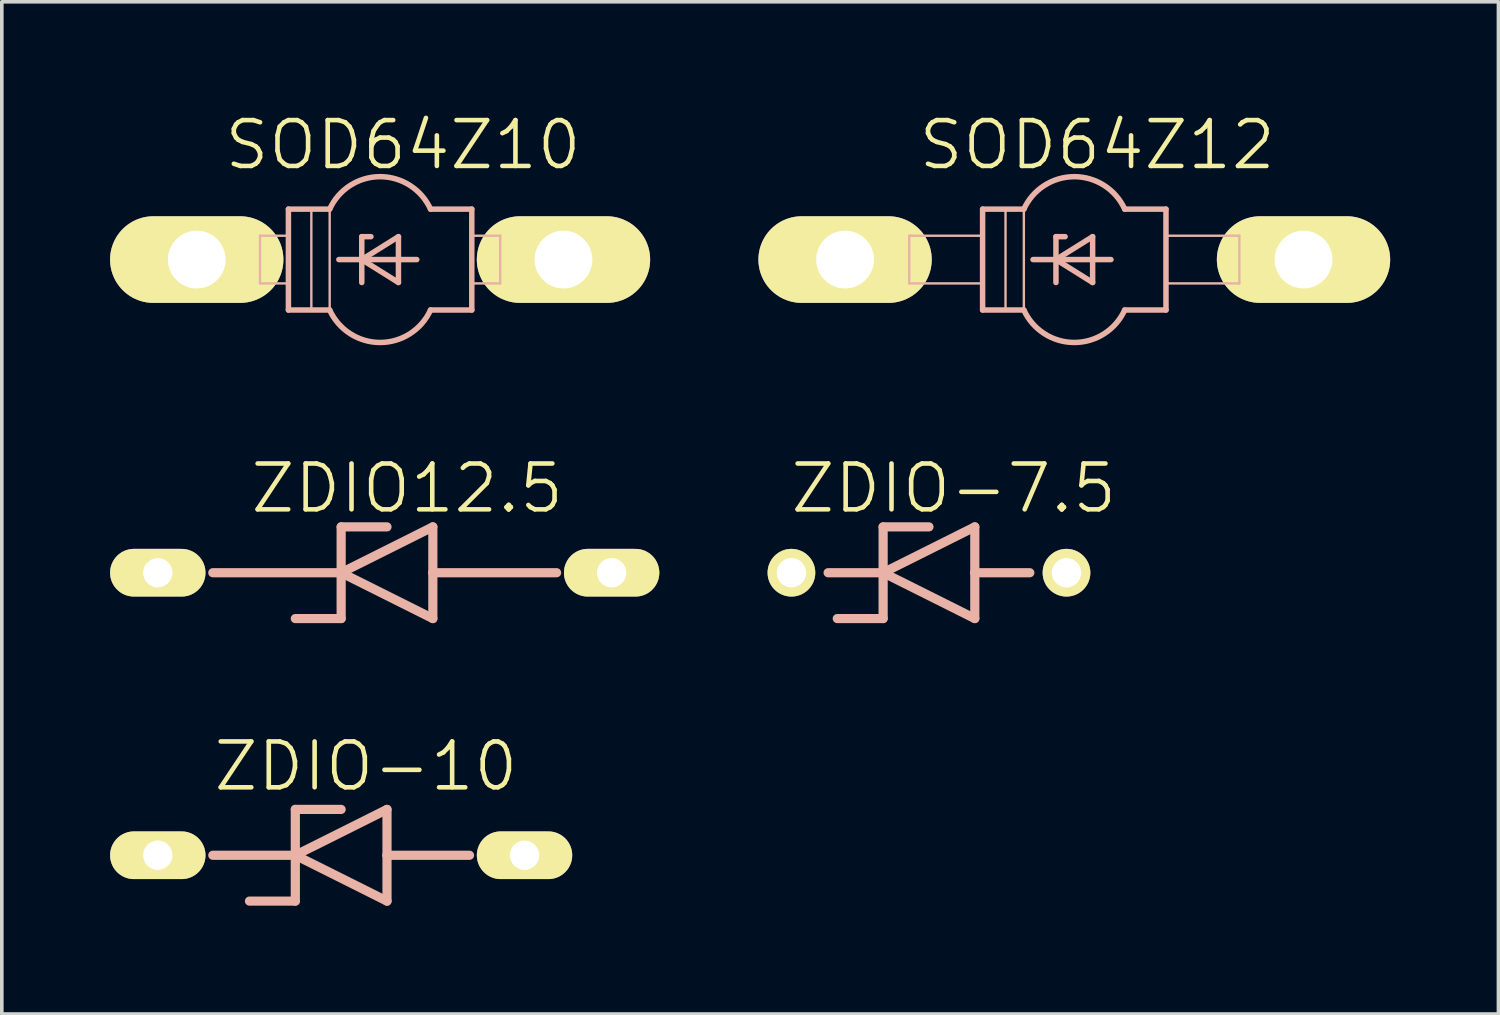
<source format=kicad_pcb>
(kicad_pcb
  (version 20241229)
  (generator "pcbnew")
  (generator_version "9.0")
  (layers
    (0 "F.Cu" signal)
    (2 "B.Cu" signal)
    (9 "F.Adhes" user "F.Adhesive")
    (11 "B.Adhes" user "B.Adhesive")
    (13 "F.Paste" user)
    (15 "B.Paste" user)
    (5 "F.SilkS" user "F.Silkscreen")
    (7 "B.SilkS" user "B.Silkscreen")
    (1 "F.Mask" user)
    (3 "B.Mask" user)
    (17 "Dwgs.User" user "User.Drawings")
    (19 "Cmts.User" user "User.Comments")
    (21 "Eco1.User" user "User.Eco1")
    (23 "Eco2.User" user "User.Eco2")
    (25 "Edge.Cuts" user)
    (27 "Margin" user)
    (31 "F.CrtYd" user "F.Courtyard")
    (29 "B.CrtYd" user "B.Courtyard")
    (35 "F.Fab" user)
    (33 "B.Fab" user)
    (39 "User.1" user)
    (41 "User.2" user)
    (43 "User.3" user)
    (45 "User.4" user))
  (footprint "ZDIO-10"
    (layer "F.Cu")
    (at 6.401 20.643)
    (property "Reference" "ZDIO-10" (at 0.686 -2.464 0) (layer "F.SilkS") (effects (font (size 1.27 1.27) (thickness 0.127))))
    (attr exclude_from_pos_files exclude_from_bom)
    (fp_line (start -3.556 0) (end -1.27 0) (stroke (width 0.254) (type solid)) (layer "B.SilkS"))
    (fp_line (start -1.27 -1.27) (end -1.27 0) (stroke (width 0.254) (type solid)) (layer "B.SilkS"))
    (fp_line (start -1.27 0) (end -1.27 1.27) (stroke (width 0.254) (type solid)) (layer "B.SilkS"))
    (fp_line (start -1.27 0) (end 1.27 -1.27) (stroke (width 0.254) (type solid)) (layer "B.SilkS"))
    (fp_line (start -1.27 1.27) (end -2.54 1.27) (stroke (width 0.254) (type solid)) (layer "B.SilkS"))
    (fp_line (start 0 -1.27) (end -1.27 -1.27) (stroke (width 0.254) (type solid)) (layer "B.SilkS"))
    (fp_line (start 1.27 -1.27) (end 1.27 0) (stroke (width 0.254) (type solid)) (layer "B.SilkS"))
    (fp_line (start 1.27 0) (end 1.27 1.27) (stroke (width 0.254) (type solid)) (layer "B.SilkS"))
    (fp_line (start 1.27 0) (end 3.556 0) (stroke (width 0.254) (type solid)) (layer "B.SilkS"))
    (fp_line (start 1.27 1.27) (end -1.27 0) (stroke (width 0.254) (type solid)) (layer "B.SilkS"))
    (pad "A" thru_hole oval (at 5.08 0 90) (size 1.321 2.642) (drill 0.813) (layers "*.Cu" "F.Mask" "F.SilkS" "F.Paste"))
    (pad "C" thru_hole oval (at -5.08 0 90) (size 1.321 2.642) (drill 0.813) (layers "*.Cu" "F.Mask" "F.SilkS" "F.Paste")))
  (footprint "ZDIO12.5"
    (layer "F.Cu")
    (at 7.671 12.816)
    (property "Reference" "ZDIO12.5" (at 0.559 -2.337 0) (layer "F.SilkS") (effects (font (size 1.27 1.27) (thickness 0.127))))
    (attr exclude_from_pos_files exclude_from_bom)
    (fp_line (start -4.826 0) (end -1.27 0) (stroke (width 0.254) (type solid)) (layer "B.SilkS"))
    (fp_line (start -1.27 -1.27) (end -1.27 0) (stroke (width 0.254) (type solid)) (layer "B.SilkS"))
    (fp_line (start -1.27 0) (end -1.27 1.27) (stroke (width 0.254) (type solid)) (layer "B.SilkS"))
    (fp_line (start -1.27 0) (end 1.27 -1.27) (stroke (width 0.254) (type solid)) (layer "B.SilkS"))
    (fp_line (start -1.27 1.27) (end -2.54 1.27) (stroke (width 0.254) (type solid)) (layer "B.SilkS"))
    (fp_line (start 0 -1.27) (end -1.27 -1.27) (stroke (width 0.254) (type solid)) (layer "B.SilkS"))
    (fp_line (start 1.27 -1.27) (end 1.27 0) (stroke (width 0.254) (type solid)) (layer "B.SilkS"))
    (fp_line (start 1.27 0) (end 1.27 1.27) (stroke (width 0.254) (type solid)) (layer "B.SilkS"))
    (fp_line (start 1.27 0) (end 4.699 0) (stroke (width 0.254) (type solid)) (layer "B.SilkS"))
    (fp_line (start 1.27 1.27) (end -1.27 0) (stroke (width 0.254) (type solid)) (layer "B.SilkS"))
    (pad "A" thru_hole oval (at 6.223 0 90) (size 1.321 2.642) (drill 0.813) (layers "*.Cu" "F.Mask" "F.SilkS" "F.Paste"))
    (pad "C" thru_hole oval (at -6.35 0 90) (size 1.321 2.642) (drill 0.813) (layers "*.Cu" "F.Mask" "F.SilkS" "F.Paste")))
  (footprint "SOD64Z12"
    (layer "F.Cu")
    (at 26.711 4.141)
    (property "Reference" "SOD64Z12" (at 0.635 -3.175 0) (layer "F.SilkS") (effects (font (size 1.27 1.27) (thickness 0.127))))
    (attr exclude_from_pos_files exclude_from_bom)
    (fp_line (start -6.35 0) (end -4.826 0) (stroke (width 1.372) (type solid)) (layer "F.SilkS"))
    (fp_line (start 6.35 0) (end 4.826 0) (stroke (width 1.372) (type solid)) (layer "F.SilkS"))
    (fp_line (start -4.572 -0.66) (end -2.54 -0.66) (stroke (width 0.066) (type solid)) (layer "B.SilkS"))
    (fp_line (start -4.572 0.66) (end -4.572 -0.66) (stroke (width 0.066) (type solid)) (layer "B.SilkS"))
    (fp_line (start -4.572 0.66) (end -2.54 0.66) (stroke (width 0.066) (type solid)) (layer "B.SilkS"))
    (fp_line (start -2.54 -1.397) (end -2.54 1.397) (stroke (width 0.152) (type solid)) (layer "B.SilkS"))
    (fp_line (start -2.54 -1.397) (end -1.397 -1.397) (stroke (width 0.152) (type solid)) (layer "B.SilkS"))
    (fp_line (start -2.54 0.66) (end -2.54 -0.66) (stroke (width 0.066) (type solid)) (layer "B.SilkS"))
    (fp_line (start -2.54 1.397) (end -1.397 1.397) (stroke (width 0.152) (type solid)) (layer "B.SilkS"))
    (fp_line (start -1.905 -1.397) (end -1.397 -1.397) (stroke (width 0.066) (type solid)) (layer "B.SilkS"))
    (fp_line (start -1.905 1.397) (end -1.905 -1.397) (stroke (width 0.066) (type solid)) (layer "B.SilkS"))
    (fp_line (start -1.905 1.397) (end -1.397 1.397) (stroke (width 0.066) (type solid)) (layer "B.SilkS"))
    (fp_line (start -1.397 1.397) (end -1.397 -1.397) (stroke (width 0.066) (type solid)) (layer "B.SilkS"))
    (fp_line (start -1.143 0) (end -0.508 0) (stroke (width 0.152) (type solid)) (layer "B.SilkS"))
    (fp_line (start -0.508 -0.635) (end -0.508 0) (stroke (width 0.152) (type solid)) (layer "B.SilkS"))
    (fp_line (start -0.508 0) (end -0.508 0.635) (stroke (width 0.152) (type solid)) (layer "B.SilkS"))
    (fp_line (start -0.508 0) (end 0.508 -0.635) (stroke (width 0.152) (type solid)) (layer "B.SilkS"))
    (fp_line (start -0.508 0) (end 1.016 0) (stroke (width 0.152) (type solid)) (layer "B.SilkS"))
    (fp_line (start -0.254 -0.635) (end -0.508 -0.635) (stroke (width 0.152) (type solid)) (layer "B.SilkS"))
    (fp_line (start 0.508 -0.635) (end 0.508 0.635) (stroke (width 0.152) (type solid)) (layer "B.SilkS"))
    (fp_line (start 0.508 0.635) (end -0.508 0) (stroke (width 0.152) (type solid)) (layer "B.SilkS"))
    (fp_line (start 1.397 1.397) (end 2.54 1.397) (stroke (width 0.152) (type solid)) (layer "B.SilkS"))
    (fp_line (start 2.54 -1.397) (end 1.397 -1.397) (stroke (width 0.152) (type solid)) (layer "B.SilkS"))
    (fp_line (start 2.54 -0.66) (end 4.572 -0.66) (stroke (width 0.066) (type solid)) (layer "B.SilkS"))
    (fp_line (start 2.54 0.66) (end 2.54 -0.66) (stroke (width 0.066) (type solid)) (layer "B.SilkS"))
    (fp_line (start 2.54 0.66) (end 4.572 0.66) (stroke (width 0.066) (type solid)) (layer "B.SilkS"))
    (fp_line (start 2.54 1.397) (end 2.54 -1.397) (stroke (width 0.152) (type solid)) (layer "B.SilkS"))
    (fp_line (start 4.572 0.66) (end 4.572 -0.66) (stroke (width 0.066) (type solid)) (layer "B.SilkS"))
    (fp_arc (start -1.397 -1.397) (mid -0.000162 -2.296547) (end 1.396866 -1.397295) (stroke (width 0.1524) (type solid)) (layer "B.SilkS"))
    (fp_arc (start 1.397 1.397) (mid 0.000162 2.296547) (end -1.396866 1.397295) (stroke (width 0.1524) (type solid)) (layer "B.SilkS"))
    (pad "A" thru_hole oval (at 6.35 0 90) (size 2.4 4.801) (drill 1.6) (layers "*.Cu" "F.Mask" "F.SilkS" "F.Paste"))
    (pad "C" thru_hole oval (at -6.35 0 90) (size 2.4 4.801) (drill 1.6) (layers "*.Cu" "F.Mask" "F.SilkS" "F.Paste")))
  (footprint "SOD64Z10"
    (layer "F.Cu")
    (at 7.48 4.141)
    (property "Reference" "SOD64Z10" (at 0.635 -3.175 0) (layer "F.SilkS") (effects (font (size 1.27 1.27) (thickness 0.127))))
    (attr exclude_from_pos_files exclude_from_bom)
    (fp_line (start -5.08 0) (end -3.556 0) (stroke (width 1.372) (type solid)) (layer "F.SilkS"))
    (fp_line (start 5.08 0) (end 3.556 0) (stroke (width 1.372) (type solid)) (layer "F.SilkS"))
    (fp_line (start -3.327 -0.66) (end -2.54 -0.66) (stroke (width 0.066) (type solid)) (layer "B.SilkS"))
    (fp_line (start -3.327 0.66) (end -3.327 -0.66) (stroke (width 0.066) (type solid)) (layer "B.SilkS"))
    (fp_line (start -3.327 0.66) (end -2.54 0.66) (stroke (width 0.066) (type solid)) (layer "B.SilkS"))
    (fp_line (start -2.54 -1.397) (end -2.54 1.397) (stroke (width 0.152) (type solid)) (layer "B.SilkS"))
    (fp_line (start -2.54 -1.397) (end -1.397 -1.397) (stroke (width 0.152) (type solid)) (layer "B.SilkS"))
    (fp_line (start -2.54 0.66) (end -2.54 -0.66) (stroke (width 0.066) (type solid)) (layer "B.SilkS"))
    (fp_line (start -2.54 1.397) (end -1.397 1.397) (stroke (width 0.152) (type solid)) (layer "B.SilkS"))
    (fp_line (start -1.905 -1.397) (end -1.397 -1.397) (stroke (width 0.066) (type solid)) (layer "B.SilkS"))
    (fp_line (start -1.905 1.397) (end -1.905 -1.397) (stroke (width 0.066) (type solid)) (layer "B.SilkS"))
    (fp_line (start -1.905 1.397) (end -1.397 1.397) (stroke (width 0.066) (type solid)) (layer "B.SilkS"))
    (fp_line (start -1.397 1.397) (end -1.397 -1.397) (stroke (width 0.066) (type solid)) (layer "B.SilkS"))
    (fp_line (start -1.143 0) (end -0.508 0) (stroke (width 0.152) (type solid)) (layer "B.SilkS"))
    (fp_line (start -0.508 -0.635) (end -0.508 0) (stroke (width 0.152) (type solid)) (layer "B.SilkS"))
    (fp_line (start -0.508 0) (end -0.508 0.635) (stroke (width 0.152) (type solid)) (layer "B.SilkS"))
    (fp_line (start -0.508 0) (end 0.508 -0.635) (stroke (width 0.152) (type solid)) (layer "B.SilkS"))
    (fp_line (start -0.508 0) (end 1.016 0) (stroke (width 0.152) (type solid)) (layer "B.SilkS"))
    (fp_line (start -0.254 -0.635) (end -0.508 -0.635) (stroke (width 0.152) (type solid)) (layer "B.SilkS"))
    (fp_line (start 0.508 -0.635) (end 0.508 0.635) (stroke (width 0.152) (type solid)) (layer "B.SilkS"))
    (fp_line (start 0.508 0.635) (end -0.508 0) (stroke (width 0.152) (type solid)) (layer "B.SilkS"))
    (fp_line (start 1.397 1.397) (end 2.54 1.397) (stroke (width 0.152) (type solid)) (layer "B.SilkS"))
    (fp_line (start 2.54 -1.397) (end 1.397 -1.397) (stroke (width 0.152) (type solid)) (layer "B.SilkS"))
    (fp_line (start 2.54 -0.66) (end 3.327 -0.66) (stroke (width 0.066) (type solid)) (layer "B.SilkS"))
    (fp_line (start 2.54 0.66) (end 2.54 -0.66) (stroke (width 0.066) (type solid)) (layer "B.SilkS"))
    (fp_line (start 2.54 0.66) (end 3.327 0.66) (stroke (width 0.066) (type solid)) (layer "B.SilkS"))
    (fp_line (start 2.54 1.397) (end 2.54 -1.397) (stroke (width 0.152) (type solid)) (layer "B.SilkS"))
    (fp_line (start 3.327 0.66) (end 3.327 -0.66) (stroke (width 0.066) (type solid)) (layer "B.SilkS"))
    (fp_arc (start -1.397 -1.397) (mid -0.000162 -2.296547) (end 1.396866 -1.397295) (stroke (width 0.1524) (type solid)) (layer "B.SilkS"))
    (fp_arc (start 1.397 1.397) (mid 0.000162 2.296547) (end -1.396866 1.397295) (stroke (width 0.1524) (type solid)) (layer "B.SilkS"))
    (pad "A" thru_hole oval (at 5.08 0 90) (size 2.4 4.801) (drill 1.6) (layers "*.Cu" "F.Mask" "F.SilkS" "F.Paste"))
    (pad "C" thru_hole oval (at -5.08 0 90) (size 2.4 4.801) (drill 1.6) (layers "*.Cu" "F.Mask" "F.SilkS" "F.Paste")))
  (footprint "ZDIO-7.5"
    (layer "F.Cu")
    (at 22.685 12.816)
    (property "Reference" "ZDIO-7.5" (at 0.686 -2.337 0) (layer "F.SilkS") (effects (font (size 1.27 1.27) (thickness 0.127))))
    (attr exclude_from_pos_files exclude_from_bom)
    (fp_line (start -2.794 0) (end -1.27 0) (stroke (width 0.254) (type solid)) (layer "B.SilkS"))
    (fp_line (start -1.27 -1.27) (end -1.27 0) (stroke (width 0.254) (type solid)) (layer "B.SilkS"))
    (fp_line (start -1.27 0) (end -1.27 1.27) (stroke (width 0.254) (type solid)) (layer "B.SilkS"))
    (fp_line (start -1.27 0) (end 1.27 -1.27) (stroke (width 0.254) (type solid)) (layer "B.SilkS"))
    (fp_line (start -1.27 1.27) (end -2.54 1.27) (stroke (width 0.254) (type solid)) (layer "B.SilkS"))
    (fp_line (start 0 -1.27) (end -1.27 -1.27) (stroke (width 0.254) (type solid)) (layer "B.SilkS"))
    (fp_line (start 1.27 -1.27) (end 1.27 0) (stroke (width 0.254) (type solid)) (layer "B.SilkS"))
    (fp_line (start 1.27 0) (end 1.27 1.27) (stroke (width 0.254) (type solid)) (layer "B.SilkS"))
    (fp_line (start 1.27 0) (end 2.794 0) (stroke (width 0.254) (type solid)) (layer "B.SilkS"))
    (fp_line (start 1.27 1.27) (end -1.27 0) (stroke (width 0.254) (type solid)) (layer "B.SilkS"))
    (pad "A" thru_hole circle (at 3.81 0) (size 1.321 1.321) (drill 0.813) (layers "*.Cu" "F.Mask" "F.SilkS" "F.Paste"))
    (pad "C" thru_hole circle (at -3.81 0) (size 1.321 1.321) (drill 0.813) (layers "*.Cu" "F.Mask" "F.SilkS" "F.Paste")))
  (gr_rect
    (start -3 -3)
    (end 38.461 25.04)
    (stroke (width 0.1) (type default))
    (fill no)
    (layer "Edge.Cuts")))
</source>
